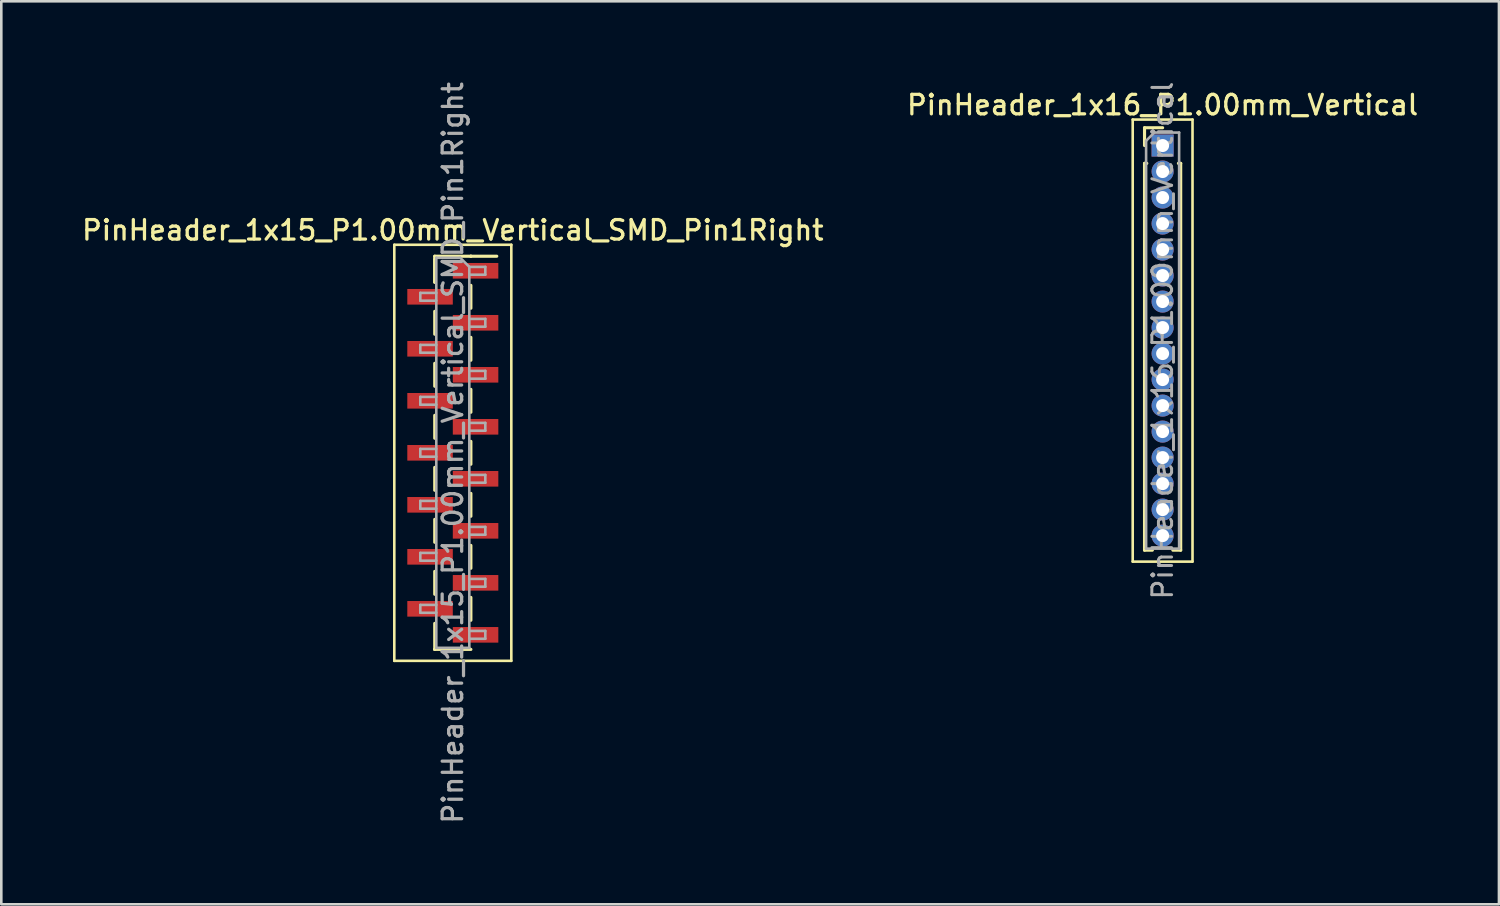
<source format=kicad_pcb>
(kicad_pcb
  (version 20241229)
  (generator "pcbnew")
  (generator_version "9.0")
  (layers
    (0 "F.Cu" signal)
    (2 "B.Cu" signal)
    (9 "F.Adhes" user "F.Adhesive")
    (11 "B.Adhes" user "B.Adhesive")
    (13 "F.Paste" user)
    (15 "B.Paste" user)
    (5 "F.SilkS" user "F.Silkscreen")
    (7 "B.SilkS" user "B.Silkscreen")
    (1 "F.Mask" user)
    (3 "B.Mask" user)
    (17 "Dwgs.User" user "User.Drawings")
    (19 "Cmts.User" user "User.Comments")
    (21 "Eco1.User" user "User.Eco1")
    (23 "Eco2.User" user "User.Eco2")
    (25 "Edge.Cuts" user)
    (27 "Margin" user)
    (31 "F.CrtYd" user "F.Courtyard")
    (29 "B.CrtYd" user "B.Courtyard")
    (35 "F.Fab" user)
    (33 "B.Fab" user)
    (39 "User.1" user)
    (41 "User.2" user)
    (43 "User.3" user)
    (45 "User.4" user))
  (footprint "PinHeader_1x16_P1.00mm_Vertical"
    (layer "F.Cu")
    (at 41.659 2.547)
    (property "Reference" "PinHeader_1x16_P1.00mm_Vertical" (at 0 -1.56 0) (layer "F.SilkS") (effects (font (size 0.75 0.75) (thickness 0.125))))
    (attr through_hole)
    (fp_line (start -1.15 -1) (end -1.15 16) (stroke (width 0.1) (type solid)) (layer "F.SilkS"))
    (fp_line (start -1.15 16) (end 1.15 16) (stroke (width 0.1) (type solid)) (layer "F.SilkS"))
    (fp_line (start -0.695 -0.685) (end 0 -0.685) (stroke (width 0.12) (type solid)) (layer "F.SilkS"))
    (fp_line (start -0.695 0) (end -0.695 -0.685) (stroke (width 0.12) (type solid)) (layer "F.SilkS"))
    (fp_line (start -0.695 0.685) (end -0.695 15.56) (stroke (width 0.12) (type solid)) (layer "F.SilkS"))
    (fp_line (start -0.695 0.685) (end -0.608 0.685) (stroke (width 0.12) (type solid)) (layer "F.SilkS"))
    (fp_line (start -0.695 15.56) (end -0.394 15.56) (stroke (width 0.12) (type solid)) (layer "F.SilkS"))
    (fp_line (start 0.394 15.56) (end 0.695 15.56) (stroke (width 0.12) (type solid)) (layer "F.SilkS"))
    (fp_line (start 0.608 0.685) (end 0.695 0.685) (stroke (width 0.12) (type solid)) (layer "F.SilkS"))
    (fp_line (start 0.695 0.685) (end 0.695 15.56) (stroke (width 0.12) (type solid)) (layer "F.SilkS"))
    (fp_line (start 1.15 -1) (end -1.15 -1) (stroke (width 0.1) (type solid)) (layer "F.SilkS"))
    (fp_line (start 1.15 16) (end 1.15 -1) (stroke (width 0.1) (type solid)) (layer "F.SilkS"))
    (fp_line (start -0.635 -0.182) (end -0.318 -0.5) (stroke (width 0.1) (type solid)) (layer "F.Fab"))
    (fp_line (start -0.635 15.5) (end -0.635 -0.182) (stroke (width 0.1) (type solid)) (layer "F.Fab"))
    (fp_line (start -0.318 -0.5) (end 0.635 -0.5) (stroke (width 0.1) (type solid)) (layer "F.Fab"))
    (fp_line (start 0.635 -0.5) (end 0.635 15.5) (stroke (width 0.1) (type solid)) (layer "F.Fab"))
    (fp_line (start 0.635 15.5) (end -0.635 15.5) (stroke (width 0.1) (type solid)) (layer "F.Fab"))
    (fp_text user "${REFERENCE}" (at 0 7.5 90) (layer "F.Fab") (effects (font (size 0.76 0.76) (thickness 0.114))))
    (pad "1" thru_hole rect (at 0 0) (size 0.85 0.85) (drill 0.5) (layers "*.Cu" "*.Mask"))
    (pad "2" thru_hole oval (at 0 1) (size 0.85 0.85) (drill 0.5) (layers "*.Cu" "*.Mask"))
    (pad "3" thru_hole oval (at 0 2) (size 0.85 0.85) (drill 0.5) (layers "*.Cu" "*.Mask"))
    (pad "4" thru_hole oval (at 0 3) (size 0.85 0.85) (drill 0.5) (layers "*.Cu" "*.Mask"))
    (pad "5" thru_hole oval (at 0 4) (size 0.85 0.85) (drill 0.5) (layers "*.Cu" "*.Mask"))
    (pad "6" thru_hole oval (at 0 5) (size 0.85 0.85) (drill 0.5) (layers "*.Cu" "*.Mask"))
    (pad "7" thru_hole oval (at 0 6) (size 0.85 0.85) (drill 0.5) (layers "*.Cu" "*.Mask"))
    (pad "8" thru_hole oval (at 0 7) (size 0.85 0.85) (drill 0.5) (layers "*.Cu" "*.Mask"))
    (pad "9" thru_hole oval (at 0 8) (size 0.85 0.85) (drill 0.5) (layers "*.Cu" "*.Mask"))
    (pad "10" thru_hole oval (at 0 9) (size 0.85 0.85) (drill 0.5) (layers "*.Cu" "*.Mask"))
    (pad "11" thru_hole oval (at 0 10) (size 0.85 0.85) (drill 0.5) (layers "*.Cu" "*.Mask"))
    (pad "12" thru_hole oval (at 0 11) (size 0.85 0.85) (drill 0.5) (layers "*.Cu" "*.Mask"))
    (pad "13" thru_hole oval (at 0 12) (size 0.85 0.85) (drill 0.5) (layers "*.Cu" "*.Mask"))
    (pad "14" thru_hole oval (at 0 13) (size 0.85 0.85) (drill 0.5) (layers "*.Cu" "*.Mask"))
    (pad "15" thru_hole oval (at 0 14) (size 0.85 0.85) (drill 0.5) (layers "*.Cu" "*.Mask"))
    (pad "16" thru_hole oval (at 0 15) (size 0.85 0.85) (drill 0.5) (layers "*.Cu" "*.Mask")))
  (footprint "PinHeader_1x15_P1.00mm_Vertical_SMD_Pin1Right"
    (layer "F.Cu")
    (at 14.363 14.363)
    (property "Reference" "PinHeader_1x15_P1.00mm_Vertical_SMD_Pin1Right" (at 0 -8.56 0) (layer "F.SilkS") (effects (font (size 0.75 0.75) (thickness 0.125))))
    (attr smd)
    (fp_line (start -2.25 -8) (end -2.25 8) (stroke (width 0.1) (type solid)) (layer "F.SilkS"))
    (fp_line (start -2.25 8) (end 2.25 8) (stroke (width 0.1) (type solid)) (layer "F.SilkS"))
    (fp_line (start -0.695 -7.56) (end -0.695 -6.56) (stroke (width 0.12) (type solid)) (layer "F.SilkS"))
    (fp_line (start -0.695 -7.56) (end 0.695 -7.56) (stroke (width 0.12) (type solid)) (layer "F.SilkS"))
    (fp_line (start -0.695 -7.44) (end -0.695 -6.56) (stroke (width 0.12) (type solid)) (layer "F.SilkS"))
    (fp_line (start -0.695 -5.44) (end -0.695 -4.56) (stroke (width 0.12) (type solid)) (layer "F.SilkS"))
    (fp_line (start -0.695 -3.44) (end -0.695 -2.56) (stroke (width 0.12) (type solid)) (layer "F.SilkS"))
    (fp_line (start -0.695 -1.44) (end -0.695 -0.56) (stroke (width 0.12) (type solid)) (layer "F.SilkS"))
    (fp_line (start -0.695 0.56) (end -0.695 1.44) (stroke (width 0.12) (type solid)) (layer "F.SilkS"))
    (fp_line (start -0.695 2.56) (end -0.695 3.44) (stroke (width 0.12) (type solid)) (layer "F.SilkS"))
    (fp_line (start -0.695 4.56) (end -0.695 5.44) (stroke (width 0.12) (type solid)) (layer "F.SilkS"))
    (fp_line (start -0.695 6.56) (end -0.695 7.56) (stroke (width 0.12) (type solid)) (layer "F.SilkS"))
    (fp_line (start -0.695 7.56) (end -0.695 7.56) (stroke (width 0.12) (type solid)) (layer "F.SilkS"))
    (fp_line (start -0.695 7.56) (end 0.695 7.56) (stroke (width 0.12) (type solid)) (layer "F.SilkS"))
    (fp_line (start 0.695 -7.56) (end 0.695 -7.56) (stroke (width 0.12) (type solid)) (layer "F.SilkS"))
    (fp_line (start 0.695 -7.56) (end 1.69 -7.56) (stroke (width 0.12) (type solid)) (layer "F.SilkS"))
    (fp_line (start 0.695 -6.44) (end 0.695 -5.56) (stroke (width 0.12) (type solid)) (layer "F.SilkS"))
    (fp_line (start 0.695 -4.44) (end 0.695 -3.56) (stroke (width 0.12) (type solid)) (layer "F.SilkS"))
    (fp_line (start 0.695 -2.44) (end 0.695 -1.56) (stroke (width 0.12) (type solid)) (layer "F.SilkS"))
    (fp_line (start 0.695 -0.44) (end 0.695 0.44) (stroke (width 0.12) (type solid)) (layer "F.SilkS"))
    (fp_line (start 0.695 1.56) (end 0.695 2.44) (stroke (width 0.12) (type solid)) (layer "F.SilkS"))
    (fp_line (start 0.695 3.56) (end 0.695 4.44) (stroke (width 0.12) (type solid)) (layer "F.SilkS"))
    (fp_line (start 0.695 5.56) (end 0.695 6.44) (stroke (width 0.12) (type solid)) (layer "F.SilkS"))
    (fp_line (start 2.25 -8) (end -2.25 -8) (stroke (width 0.1) (type solid)) (layer "F.SilkS"))
    (fp_line (start 2.25 8) (end 2.25 -8) (stroke (width 0.1) (type solid)) (layer "F.SilkS"))
    (fp_line (start -1.25 -6.15) (end -1.25 -5.85) (stroke (width 0.1) (type solid)) (layer "F.Fab"))
    (fp_line (start -1.25 -5.85) (end -0.635 -5.85) (stroke (width 0.1) (type solid)) (layer "F.Fab"))
    (fp_line (start -1.25 -4.15) (end -1.25 -3.85) (stroke (width 0.1) (type solid)) (layer "F.Fab"))
    (fp_line (start -1.25 -3.85) (end -0.635 -3.85) (stroke (width 0.1) (type solid)) (layer "F.Fab"))
    (fp_line (start -1.25 -2.15) (end -1.25 -1.85) (stroke (width 0.1) (type solid)) (layer "F.Fab"))
    (fp_line (start -1.25 -1.85) (end -0.635 -1.85) (stroke (width 0.1) (type solid)) (layer "F.Fab"))
    (fp_line (start -1.25 -0.15) (end -1.25 0.15) (stroke (width 0.1) (type solid)) (layer "F.Fab"))
    (fp_line (start -1.25 0.15) (end -0.635 0.15) (stroke (width 0.1) (type solid)) (layer "F.Fab"))
    (fp_line (start -1.25 1.85) (end -1.25 2.15) (stroke (width 0.1) (type solid)) (layer "F.Fab"))
    (fp_line (start -1.25 2.15) (end -0.635 2.15) (stroke (width 0.1) (type solid)) (layer "F.Fab"))
    (fp_line (start -1.25 3.85) (end -1.25 4.15) (stroke (width 0.1) (type solid)) (layer "F.Fab"))
    (fp_line (start -1.25 4.15) (end -0.635 4.15) (stroke (width 0.1) (type solid)) (layer "F.Fab"))
    (fp_line (start -1.25 5.85) (end -1.25 6.15) (stroke (width 0.1) (type solid)) (layer "F.Fab"))
    (fp_line (start -1.25 6.15) (end -0.635 6.15) (stroke (width 0.1) (type solid)) (layer "F.Fab"))
    (fp_line (start -0.635 -7.5) (end -0.635 7.5) (stroke (width 0.1) (type solid)) (layer "F.Fab"))
    (fp_line (start -0.635 -7.5) (end 0.285 -7.5) (stroke (width 0.1) (type solid)) (layer "F.Fab"))
    (fp_line (start -0.635 -6.15) (end -1.25 -6.15) (stroke (width 0.1) (type solid)) (layer "F.Fab"))
    (fp_line (start -0.635 -4.15) (end -1.25 -4.15) (stroke (width 0.1) (type solid)) (layer "F.Fab"))
    (fp_line (start -0.635 -2.15) (end -1.25 -2.15) (stroke (width 0.1) (type solid)) (layer "F.Fab"))
    (fp_line (start -0.635 -0.15) (end -1.25 -0.15) (stroke (width 0.1) (type solid)) (layer "F.Fab"))
    (fp_line (start -0.635 1.85) (end -1.25 1.85) (stroke (width 0.1) (type solid)) (layer "F.Fab"))
    (fp_line (start -0.635 3.85) (end -1.25 3.85) (stroke (width 0.1) (type solid)) (layer "F.Fab"))
    (fp_line (start -0.635 5.85) (end -1.25 5.85) (stroke (width 0.1) (type solid)) (layer "F.Fab"))
    (fp_line (start 0.635 -7.15) (end 0.285 -7.5) (stroke (width 0.1) (type solid)) (layer "F.Fab"))
    (fp_line (start 0.635 -7.15) (end 1.25 -7.15) (stroke (width 0.1) (type solid)) (layer "F.Fab"))
    (fp_line (start 0.635 -5.15) (end 1.25 -5.15) (stroke (width 0.1) (type solid)) (layer "F.Fab"))
    (fp_line (start 0.635 -3.15) (end 1.25 -3.15) (stroke (width 0.1) (type solid)) (layer "F.Fab"))
    (fp_line (start 0.635 -1.15) (end 1.25 -1.15) (stroke (width 0.1) (type solid)) (layer "F.Fab"))
    (fp_line (start 0.635 0.85) (end 1.25 0.85) (stroke (width 0.1) (type solid)) (layer "F.Fab"))
    (fp_line (start 0.635 2.85) (end 1.25 2.85) (stroke (width 0.1) (type solid)) (layer "F.Fab"))
    (fp_line (start 0.635 4.85) (end 1.25 4.85) (stroke (width 0.1) (type solid)) (layer "F.Fab"))
    (fp_line (start 0.635 6.85) (end 1.25 6.85) (stroke (width 0.1) (type solid)) (layer "F.Fab"))
    (fp_line (start 0.635 7.5) (end -0.635 7.5) (stroke (width 0.1) (type solid)) (layer "F.Fab"))
    (fp_line (start 0.635 7.5) (end 0.635 -7.15) (stroke (width 0.1) (type solid)) (layer "F.Fab"))
    (fp_line (start 1.25 -7.15) (end 1.25 -6.85) (stroke (width 0.1) (type solid)) (layer "F.Fab"))
    (fp_line (start 1.25 -6.85) (end 0.635 -6.85) (stroke (width 0.1) (type solid)) (layer "F.Fab"))
    (fp_line (start 1.25 -5.15) (end 1.25 -4.85) (stroke (width 0.1) (type solid)) (layer "F.Fab"))
    (fp_line (start 1.25 -4.85) (end 0.635 -4.85) (stroke (width 0.1) (type solid)) (layer "F.Fab"))
    (fp_line (start 1.25 -3.15) (end 1.25 -2.85) (stroke (width 0.1) (type solid)) (layer "F.Fab"))
    (fp_line (start 1.25 -2.85) (end 0.635 -2.85) (stroke (width 0.1) (type solid)) (layer "F.Fab"))
    (fp_line (start 1.25 -1.15) (end 1.25 -0.85) (stroke (width 0.1) (type solid)) (layer "F.Fab"))
    (fp_line (start 1.25 -0.85) (end 0.635 -0.85) (stroke (width 0.1) (type solid)) (layer "F.Fab"))
    (fp_line (start 1.25 0.85) (end 1.25 1.15) (stroke (width 0.1) (type solid)) (layer "F.Fab"))
    (fp_line (start 1.25 1.15) (end 0.635 1.15) (stroke (width 0.1) (type solid)) (layer "F.Fab"))
    (fp_line (start 1.25 2.85) (end 1.25 3.15) (stroke (width 0.1) (type solid)) (layer "F.Fab"))
    (fp_line (start 1.25 3.15) (end 0.635 3.15) (stroke (width 0.1) (type solid)) (layer "F.Fab"))
    (fp_line (start 1.25 4.85) (end 1.25 5.15) (stroke (width 0.1) (type solid)) (layer "F.Fab"))
    (fp_line (start 1.25 5.15) (end 0.635 5.15) (stroke (width 0.1) (type solid)) (layer "F.Fab"))
    (fp_line (start 1.25 6.85) (end 1.25 7.15) (stroke (width 0.1) (type solid)) (layer "F.Fab"))
    (fp_line (start 1.25 7.15) (end 0.635 7.15) (stroke (width 0.1) (type solid)) (layer "F.Fab"))
    (fp_text user "${REFERENCE}" (at 0 0 90) (layer "F.Fab") (effects (font (size 0.75 0.75) (thickness 0.125))))
    (pad "1" smd rect (at 0.875 -7) (size 1.75 0.6) (layers "F.Cu" "F.Mask" "F.Paste"))
    (pad "2" smd rect (at -0.875 -6) (size 1.75 0.6) (layers "F.Cu" "F.Mask" "F.Paste"))
    (pad "3" smd rect (at 0.875 -5) (size 1.75 0.6) (layers "F.Cu" "F.Mask" "F.Paste"))
    (pad "4" smd rect (at -0.875 -4) (size 1.75 0.6) (layers "F.Cu" "F.Mask" "F.Paste"))
    (pad "5" smd rect (at 0.875 -3) (size 1.75 0.6) (layers "F.Cu" "F.Mask" "F.Paste"))
    (pad "6" smd rect (at -0.875 -2) (size 1.75 0.6) (layers "F.Cu" "F.Mask" "F.Paste"))
    (pad "7" smd rect (at 0.875 -1) (size 1.75 0.6) (layers "F.Cu" "F.Mask" "F.Paste"))
    (pad "8" smd rect (at -0.875 0) (size 1.75 0.6) (layers "F.Cu" "F.Mask" "F.Paste"))
    (pad "9" smd rect (at 0.875 1) (size 1.75 0.6) (layers "F.Cu" "F.Mask" "F.Paste"))
    (pad "10" smd rect (at -0.875 2) (size 1.75 0.6) (layers "F.Cu" "F.Mask" "F.Paste"))
    (pad "11" smd rect (at 0.875 3) (size 1.75 0.6) (layers "F.Cu" "F.Mask" "F.Paste"))
    (pad "12" smd rect (at -0.875 4) (size 1.75 0.6) (layers "F.Cu" "F.Mask" "F.Paste"))
    (pad "13" smd rect (at 0.875 5) (size 1.75 0.6) (layers "F.Cu" "F.Mask" "F.Paste"))
    (pad "14" smd rect (at -0.875 6) (size 1.75 0.6) (layers "F.Cu" "F.Mask" "F.Paste"))
    (pad "15" smd rect (at 0.875 7) (size 1.75 0.6) (layers "F.Cu" "F.Mask" "F.Paste")))
  (gr_rect
    (start -3 -3)
    (end 54.593 31.725)
    (stroke (width 0.1) (type default))
    (fill no)
    (layer "Edge.Cuts")))
</source>
